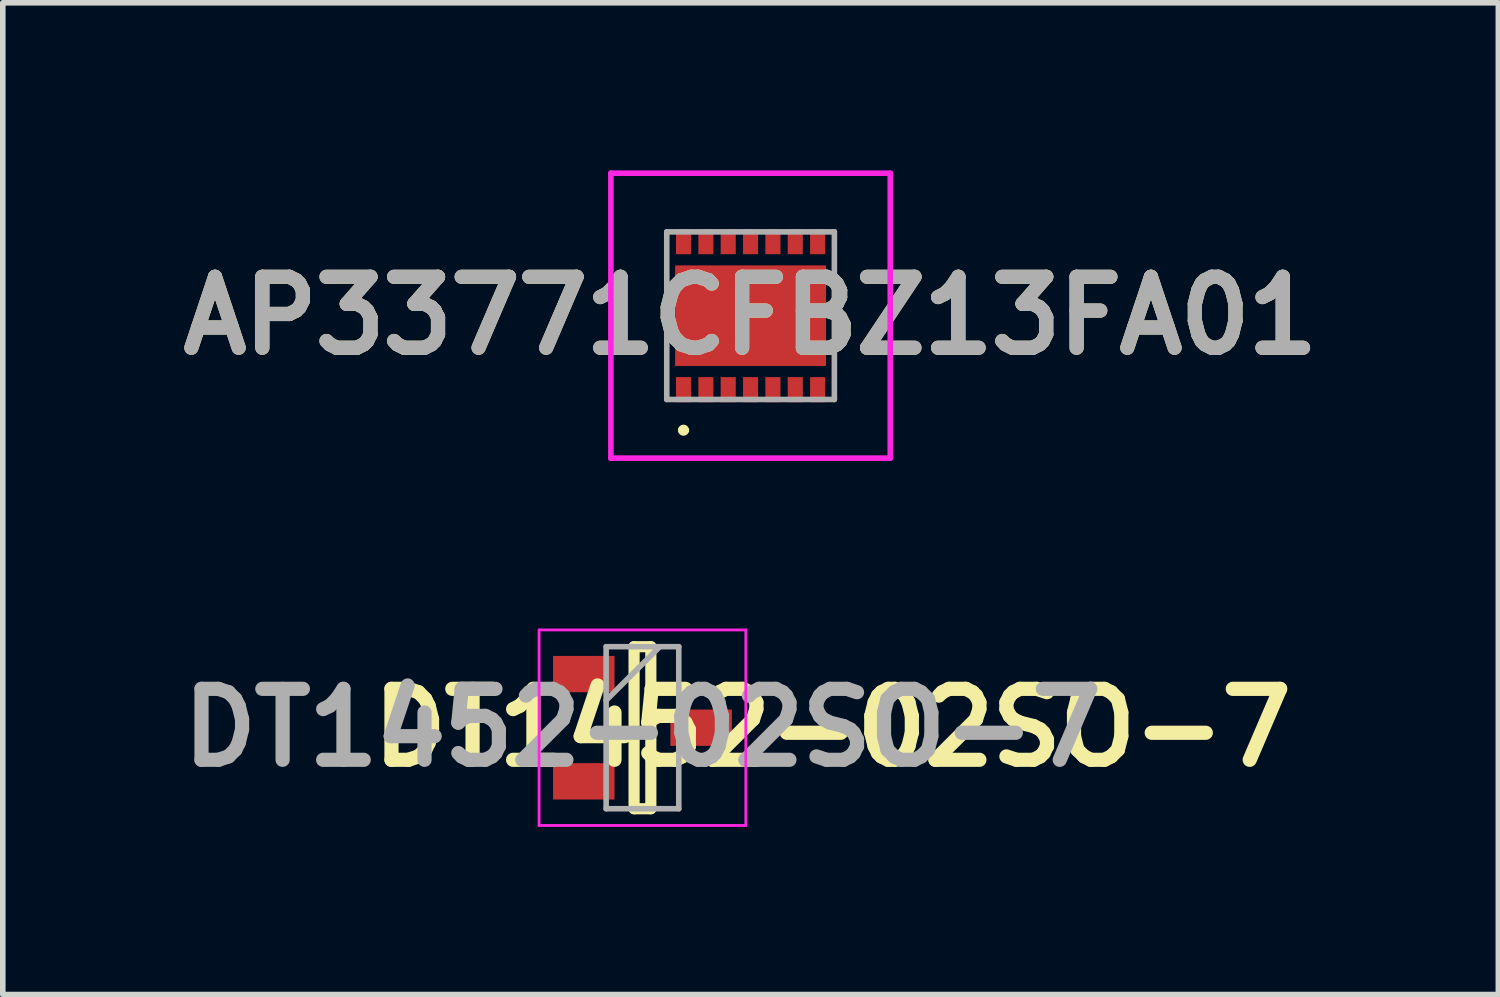
<source format=kicad_pcb>
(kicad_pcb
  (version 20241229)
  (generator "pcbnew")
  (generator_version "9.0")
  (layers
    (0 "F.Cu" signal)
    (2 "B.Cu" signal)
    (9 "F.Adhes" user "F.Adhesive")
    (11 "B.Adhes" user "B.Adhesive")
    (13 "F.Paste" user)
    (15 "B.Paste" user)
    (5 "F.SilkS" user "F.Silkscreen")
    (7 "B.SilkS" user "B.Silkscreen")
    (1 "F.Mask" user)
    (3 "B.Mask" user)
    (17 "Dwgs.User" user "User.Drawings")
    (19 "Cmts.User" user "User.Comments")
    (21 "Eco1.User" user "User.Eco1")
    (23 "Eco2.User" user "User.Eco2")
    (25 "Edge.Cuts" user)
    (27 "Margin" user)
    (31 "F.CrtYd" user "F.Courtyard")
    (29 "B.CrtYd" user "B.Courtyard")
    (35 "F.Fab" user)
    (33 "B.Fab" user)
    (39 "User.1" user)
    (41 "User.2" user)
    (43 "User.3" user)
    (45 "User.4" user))
  (footprint "DT1452-02SO-7"
    (layer "F.Cu")
    (at 8.449 9.975)
    (property "Reference" "DT1452-02SO-7" (at 3.4 0 0) (layer "F.SilkS") (effects (font (size 1.27 1.27) (thickness 0.254))))
    (attr smd)
    (fp_line (start -0.15 -1.45) (end 0.15 -1.45) (stroke (width 0.2) (type solid)) (layer "F.SilkS"))
    (fp_line (start -0.15 1.45) (end -0.15 -1.45) (stroke (width 0.2) (type solid)) (layer "F.SilkS"))
    (fp_line (start 0.15 -1.45) (end 0.15 1.45) (stroke (width 0.2) (type solid)) (layer "F.SilkS"))
    (fp_line (start 0.15 1.45) (end -0.15 1.45) (stroke (width 0.2) (type solid)) (layer "F.SilkS"))
    (fp_line (start -1.85 -1.75) (end 1.85 -1.75) (stroke (width 0.05) (type solid)) (layer "F.CrtYd"))
    (fp_line (start -1.85 1.75) (end -1.85 -1.75) (stroke (width 0.05) (type solid)) (layer "F.CrtYd"))
    (fp_line (start 1.85 -1.75) (end 1.85 1.75) (stroke (width 0.05) (type solid)) (layer "F.CrtYd"))
    (fp_line (start 1.85 1.75) (end -1.85 1.75) (stroke (width 0.05) (type solid)) (layer "F.CrtYd"))
    (fp_line (start -0.65 -1.45) (end 0.65 -1.45) (stroke (width 0.1) (type solid)) (layer "F.Fab"))
    (fp_line (start -0.65 -0.49) (end 0.31 -1.45) (stroke (width 0.1) (type solid)) (layer "F.Fab"))
    (fp_line (start -0.65 1.45) (end -0.65 -1.45) (stroke (width 0.1) (type solid)) (layer "F.Fab"))
    (fp_line (start 0.65 -1.45) (end 0.65 1.45) (stroke (width 0.1) (type solid)) (layer "F.Fab"))
    (fp_line (start 0.65 1.45) (end -0.65 1.45) (stroke (width 0.1) (type solid)) (layer "F.Fab"))
    (fp_text user "${REFERENCE}" (at 0 0 0) (layer "F.Fab") (effects (font (size 1.27 1.27) (thickness 0.254))))
    (pad "1" smd rect (at -1.05 -0.96 90) (size 0.65 1.1) (layers "F.Cu" "F.Mask" "F.Paste"))
    (pad "2" smd rect (at -1.05 0.96 90) (size 0.65 1.1) (layers "F.Cu" "F.Mask" "F.Paste"))
    (pad "3" smd rect (at 1.05 0 90) (size 0.65 1.1) (layers "F.Cu" "F.Mask" "F.Paste")))
  (footprint "AP33771CFBZ13FA01"
    (layer "F.Cu")
    (at 10.384 2.6)
    (property "Reference" "AP33771CFBZ13FA01" (at 0 0 0) (layer "F.SilkS") (effects (font (size 1.27 1.27) (thickness 0.254))))
    (attr smd)
    (fp_line (start -1.25 2.05) (end -1.25 2.05) (stroke (width 0.1) (type solid)) (layer "F.SilkS"))
    (fp_line (start -1.15 2.05) (end -1.15 2.05) (stroke (width 0.1) (type solid)) (layer "F.SilkS"))
    (fp_arc (start -1.25 2.05) (mid -1.2 2) (end -1.15 2.05) (stroke (width 0.1) (type solid)) (layer "F.SilkS"))
    (fp_arc (start -1.15 2.05) (mid -1.2 2.1) (end -1.25 2.05) (stroke (width 0.1) (type solid)) (layer "F.SilkS"))
    (fp_line (start -2.5 -2.55) (end 2.5 -2.55) (stroke (width 0.1) (type solid)) (layer "F.CrtYd"))
    (fp_line (start -2.5 2.55) (end -2.5 -2.55) (stroke (width 0.1) (type solid)) (layer "F.CrtYd"))
    (fp_line (start 2.5 -2.55) (end 2.5 2.55) (stroke (width 0.1) (type solid)) (layer "F.CrtYd"))
    (fp_line (start 2.5 2.55) (end -2.5 2.55) (stroke (width 0.1) (type solid)) (layer "F.CrtYd"))
    (fp_line (start -1.5 -1.5) (end 1.5 -1.5) (stroke (width 0.1) (type solid)) (layer "F.Fab"))
    (fp_line (start -1.5 1.5) (end -1.5 -1.5) (stroke (width 0.1) (type solid)) (layer "F.Fab"))
    (fp_line (start 1.5 -1.5) (end 1.5 1.5) (stroke (width 0.1) (type solid)) (layer "F.Fab"))
    (fp_line (start 1.5 1.5) (end -1.5 1.5) (stroke (width 0.1) (type solid)) (layer "F.Fab"))
    (fp_text user "${REFERENCE}" (at 0 0 0) (layer "F.Fab") (effects (font (size 1.27 1.27) (thickness 0.254))))
    (pad "1" smd rect (at -1.2 1.325) (size 0.27 0.45) (layers "F.Cu" "F.Mask" "F.Paste"))
    (pad "2" smd rect (at -0.8 1.325) (size 0.27 0.45) (layers "F.Cu" "F.Mask" "F.Paste"))
    (pad "3" smd rect (at -0.4 1.325) (size 0.27 0.45) (layers "F.Cu" "F.Mask" "F.Paste"))
    (pad "4" smd rect (at 0 1.325) (size 0.27 0.45) (layers "F.Cu" "F.Mask" "F.Paste"))
    (pad "5" smd rect (at 0.4 1.325) (size 0.27 0.45) (layers "F.Cu" "F.Mask" "F.Paste"))
    (pad "6" smd rect (at 0.8 1.325) (size 0.27 0.45) (layers "F.Cu" "F.Mask" "F.Paste"))
    (pad "7" smd rect (at 1.2 1.325) (size 0.27 0.45) (layers "F.Cu" "F.Mask" "F.Paste"))
    (pad "8" smd rect (at 1.2 -1.325) (size 0.27 0.45) (layers "F.Cu" "F.Mask" "F.Paste"))
    (pad "9" smd rect (at 0.8 -1.325) (size 0.27 0.45) (layers "F.Cu" "F.Mask" "F.Paste"))
    (pad "10" smd rect (at 0.4 -1.325) (size 0.27 0.45) (layers "F.Cu" "F.Mask" "F.Paste"))
    (pad "11" smd rect (at 0 -1.325) (size 0.27 0.45) (layers "F.Cu" "F.Mask" "F.Paste"))
    (pad "12" smd rect (at -0.4 -1.325) (size 0.27 0.45) (layers "F.Cu" "F.Mask" "F.Paste"))
    (pad "13" smd rect (at -0.8 -1.325) (size 0.27 0.45) (layers "F.Cu" "F.Mask" "F.Paste"))
    (pad "14" smd rect (at -1.2 -1.325) (size 0.27 0.45) (layers "F.Cu" "F.Mask" "F.Paste"))
    (pad "15" smd rect (at 0 0 90) (size 1.8 2.7) (layers "F.Cu" "F.Mask" "F.Paste")))
  (gr_rect
    (start -3 -3)
    (end 23.768 14.75)
    (stroke (width 0.1) (type default))
    (fill no)
    (layer "Edge.Cuts")))
</source>
